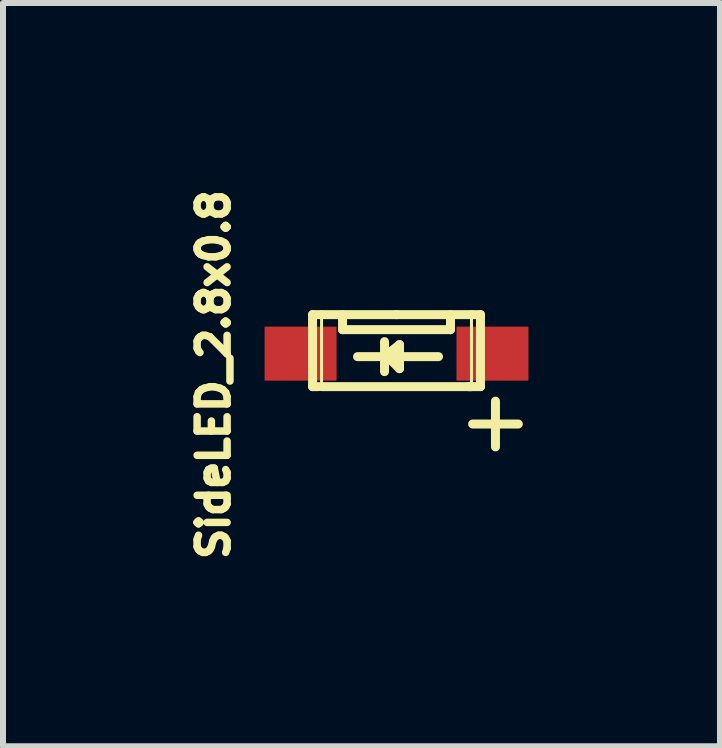
<source format=kicad_pcb>
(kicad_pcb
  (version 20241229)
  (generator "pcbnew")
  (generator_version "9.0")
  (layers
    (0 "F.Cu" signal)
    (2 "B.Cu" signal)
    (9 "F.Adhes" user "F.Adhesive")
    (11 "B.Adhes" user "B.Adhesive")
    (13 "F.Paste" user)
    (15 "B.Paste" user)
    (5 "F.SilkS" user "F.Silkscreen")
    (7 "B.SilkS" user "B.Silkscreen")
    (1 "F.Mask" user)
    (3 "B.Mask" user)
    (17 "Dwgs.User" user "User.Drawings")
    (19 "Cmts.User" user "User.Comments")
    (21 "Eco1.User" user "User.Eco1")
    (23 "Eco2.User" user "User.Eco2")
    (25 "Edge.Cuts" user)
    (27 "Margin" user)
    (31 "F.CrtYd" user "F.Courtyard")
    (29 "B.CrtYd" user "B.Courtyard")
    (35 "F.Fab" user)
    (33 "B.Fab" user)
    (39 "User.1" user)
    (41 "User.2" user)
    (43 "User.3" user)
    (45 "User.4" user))
  (footprint "SideLED_2.8x0.8"
    (layer "F.Cu")
    (at 3.562 2.197)
    (property "Reference" "SideLED_2.8x0.8" (at -3.05 1 90) (layer "F.SilkS") (effects (font (size 0.5 0.5) (thickness 0.125))))
    (attr through_hole)
    (fp_line (start -1.4 0) (end -1.4 1.2) (stroke (width 0.15) (type solid)) (layer "F.SilkS"))
    (fp_line (start -1.4 1.2) (end -1.3 1.2) (stroke (width 0.15) (type solid)) (layer "F.SilkS"))
    (fp_line (start -1.25 0) (end -1.4 0) (stroke (width 0.15) (type solid)) (layer "F.SilkS"))
    (fp_line (start -1.25 1.2) (end -1.25 0) (stroke (width 0.05) (type solid)) (layer "F.SilkS"))
    (fp_line (start -0.9 0) (end -0.9 0.25) (stroke (width 0.15) (type solid)) (layer "F.SilkS"))
    (fp_line (start -0.9 0.25) (end 0.9 0.25) (stroke (width 0.15) (type solid)) (layer "F.SilkS"))
    (fp_line (start -0.2 0.45) (end -0.2 0.95) (stroke (width 0.15) (type solid)) (layer "F.SilkS"))
    (fp_line (start -0.2 0.7) (end 0.05 0.5) (stroke (width 0.15) (type solid)) (layer "F.SilkS"))
    (fp_line (start 0 0) (end -1.25 0) (stroke (width 0.15) (type solid)) (layer "F.SilkS"))
    (fp_line (start 0 0) (end 1.25 0) (stroke (width 0.15) (type solid)) (layer "F.SilkS"))
    (fp_line (start 0.05 0.5) (end 0.05 0.9) (stroke (width 0.15) (type solid)) (layer "F.SilkS"))
    (fp_line (start 0.05 0.9) (end -0.15 0.7) (stroke (width 0.15) (type solid)) (layer "F.SilkS"))
    (fp_line (start 0.7 0.7) (end -0.65 0.7) (stroke (width 0.15) (type solid)) (layer "F.SilkS"))
    (fp_line (start 0.9 0.25) (end 0.9 0) (stroke (width 0.15) (type solid)) (layer "F.SilkS"))
    (fp_line (start 1.25 0) (end 1.25 1.2) (stroke (width 0.05) (type solid)) (layer "F.SilkS"))
    (fp_line (start 1.25 0) (end 1.4 0) (stroke (width 0.15) (type solid)) (layer "F.SilkS"))
    (fp_line (start 1.25 1.2) (end -1.25 1.2) (stroke (width 0.15) (type solid)) (layer "F.SilkS"))
    (fp_line (start 1.4 0) (end 1.4 1.2) (stroke (width 0.15) (type solid)) (layer "F.SilkS"))
    (fp_line (start 1.4 1.2) (end 1.2 1.2) (stroke (width 0.15) (type solid)) (layer "F.SilkS"))
    (fp_text user "+" (at 1.65 1.75 0) (layer "F.SilkS") (effects (font (size 1 1) (thickness 0.15))))
    (pad "1" smd rect (at 1.6 0.65) (size 1.2 0.9) (layers "F.Cu" "F.Mask" "F.Paste"))
    (pad "2" smd rect (at -1.6 0.65) (size 1.2 0.9) (layers "F.Cu" "F.Mask" "F.Paste")))
  (gr_rect
    (start -3 -3)
    (end 8.956 9.394)
    (stroke (width 0.1) (type default))
    (fill no)
    (layer "Edge.Cuts")))
</source>
